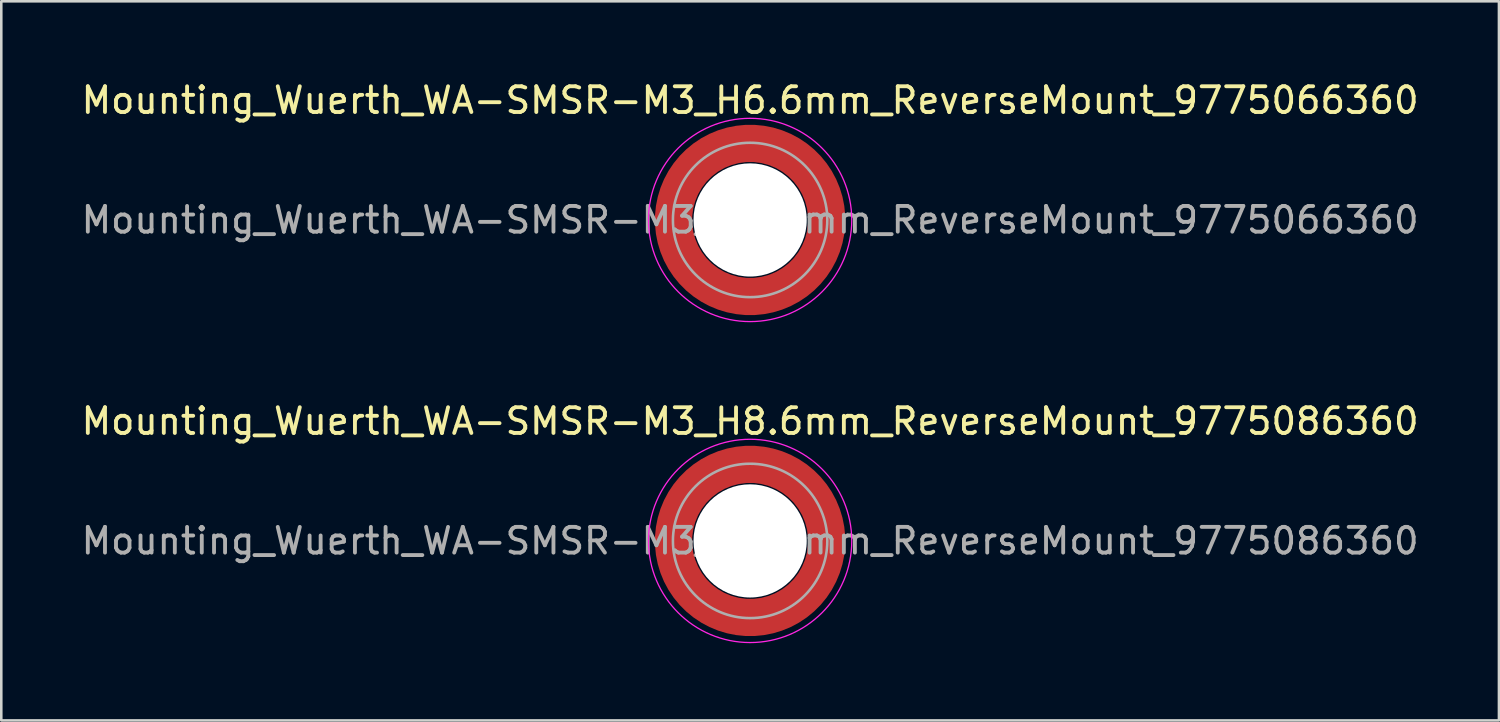
<source format=kicad_pcb>
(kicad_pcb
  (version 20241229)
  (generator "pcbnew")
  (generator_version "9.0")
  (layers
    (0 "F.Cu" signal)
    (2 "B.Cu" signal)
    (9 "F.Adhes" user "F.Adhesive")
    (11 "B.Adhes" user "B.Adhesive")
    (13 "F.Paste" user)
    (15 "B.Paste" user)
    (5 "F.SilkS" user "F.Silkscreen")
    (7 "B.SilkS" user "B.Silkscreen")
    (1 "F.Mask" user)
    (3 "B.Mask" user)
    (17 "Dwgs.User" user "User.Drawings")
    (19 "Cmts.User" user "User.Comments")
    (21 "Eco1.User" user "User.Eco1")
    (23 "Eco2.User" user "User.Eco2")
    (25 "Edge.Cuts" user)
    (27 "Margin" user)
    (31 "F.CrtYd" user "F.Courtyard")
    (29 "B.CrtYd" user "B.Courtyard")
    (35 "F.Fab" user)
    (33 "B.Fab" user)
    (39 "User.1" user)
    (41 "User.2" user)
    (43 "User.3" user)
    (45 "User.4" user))
  (footprint "Mounting_Wuerth_WA-SMSR-M3_H6.6mm_ReverseMount_9775066360"
    (layer "F.Cu")
    (at 26.101 5.498)
    (property "Reference" "Mounting_Wuerth_WA-SMSR-M3_H6.6mm_ReverseMount_9775066360" (at 0 -4.65 0) (layer "F.SilkS") (effects (font (size 1 1) (thickness 0.15))))
    (attr smd)
    (fp_circle (center 0 0) (end 3.95 0) (stroke (width 0.05) (type solid)) (fill no) (layer "F.CrtYd"))
    (fp_circle (center 0 0) (end 3 0) (stroke (width 0.1) (type solid)) (fill no) (layer "F.Fab"))
    (fp_text user "${REFERENCE}" (at 0 0 0) (layer "F.Fab") (effects (font (size 1 1) (thickness 0.15))))
    (pad "" smd custom (at -2.095 -2.095) (size 0.945 0.945) (layers "F.Paste") (options (anchor circle)) (primitives (gr_arc (start -0.24231 1.594804) (mid 0.404819 0.404819) (end 1.594804 -0.24231) (width 0.2)) (gr_arc (start -0.3398 1.594804) (mid 0.337349 0.337349) (end 1.594804 -0.3398) (width 0.2)) (gr_arc (start -0.437132 1.594804) (mid 0.269879 0.269879) (end 1.594804 -0.437132) (width 0.2)) (gr_arc (start -0.534324 1.594804) (mid 0.202409 0.202409) (end 1.594804 -0.534324) (width 0.2)) (gr_arc (start -0.631391 1.594804) (mid 0.134939 0.134939) (end 1.594804 -0.631391) (width 0.2)) (gr_arc (start -0.728345 1.594804) (mid 0.06747 0.06747) (end 1.594804 -0.728345) (width 0.2)) (gr_arc (start -0.825197 1.594804) (mid 0 0) (end 1.594804 -0.825197) (width 0.2)) (gr_arc (start -0.921958 1.594804) (mid -0.067469 -0.067469) (end 1.594804 -0.921958) (width 0.2)) (gr_arc (start -1.018637 1.594804) (mid -0.13494 -0.13494) (end 1.594804 -1.018637) (width 0.2)) (gr_arc (start -1.115239 1.594804) (mid -0.202409 -0.202409) (end 1.594804 -1.115239) (width 0.2)) (gr_arc (start -1.211773 1.594804) (mid -0.269879 -0.269879) (end 1.594804 -1.211773) (width 0.2)) (gr_arc (start -1.308244 1.594804) (mid -0.337349 -0.337349) (end 1.594804 -1.308244) (width 0.2)) (gr_arc (start -1.404657 1.594804) (mid -0.404819 -0.404819) (end 1.594804 -1.404657) (width 0.2)) (gr_arc (start -1.404657 1.594804) (mid -0.404819 -0.404819) (end 1.594804 -1.404657) (width 0.2)) (gr_line (start 1.595 -0.242) (end 1.595 -1.405) (width 0.2)) (gr_line (start -0.242 1.595) (end -1.405 1.595) (width 0.2))))
    (pad "" smd custom (at -2.095 2.095) (size 0.945 0.945) (layers "F.Paste") (options (anchor circle)) (primitives (gr_arc (start 1.594804 0.24231) (mid 0.404819 -0.404819) (end -0.24231 -1.594804) (width 0.2)) (gr_arc (start 1.594804 0.3398) (mid 0.337349 -0.337349) (end -0.3398 -1.594804) (width 0.2)) (gr_arc (start 1.594804 0.437132) (mid 0.269879 -0.269879) (end -0.437132 -1.594804) (width 0.2)) (gr_arc (start 1.594804 0.534324) (mid 0.202409 -0.202409) (end -0.534324 -1.594804) (width 0.2)) (gr_arc (start 1.594804 0.631391) (mid 0.134939 -0.134939) (end -0.631391 -1.594804) (width 0.2)) (gr_arc (start 1.594804 0.728345) (mid 0.06747 -0.06747) (end -0.728345 -1.594804) (width 0.2)) (gr_arc (start 1.594804 0.825197) (mid 0 0) (end -0.825197 -1.594804) (width 0.2)) (gr_arc (start 1.594804 0.921958) (mid -0.067469 0.067469) (end -0.921958 -1.594804) (width 0.2)) (gr_arc (start 1.594804 1.018637) (mid -0.13494 0.13494) (end -1.018637 -1.594804) (width 0.2)) (gr_arc (start 1.594804 1.115239) (mid -0.202409 0.202409) (end -1.115239 -1.594804) (width 0.2)) (gr_arc (start 1.594804 1.211773) (mid -0.269879 0.269879) (end -1.211773 -1.594804) (width 0.2)) (gr_arc (start 1.594804 1.308244) (mid -0.337349 0.337349) (end -1.308244 -1.594804) (width 0.2)) (gr_arc (start 1.594804 1.404657) (mid -0.404819 0.404819) (end -1.404657 -1.594804) (width 0.2)) (gr_arc (start 1.594804 1.404657) (mid -0.404819 0.404819) (end -1.404657 -1.594804) (width 0.2)) (gr_line (start -0.242 -1.595) (end -1.405 -1.595) (width 0.2)) (gr_line (start 1.595 0.242) (end 1.595 1.405) (width 0.2))))
    (pad "" np_thru_hole circle (at 0 0) (size 4.4 4.4) (drill 4.4) (layers "*.Cu" "*.Mask"))
    (pad "" smd custom (at 2.095 -2.095) (size 0.945 0.945) (layers "F.Paste") (options (anchor circle)) (primitives (gr_arc (start -1.594804 -0.24231) (mid -0.404819 0.404819) (end 0.24231 1.594804) (width 0.2)) (gr_arc (start -1.594804 -0.3398) (mid -0.337349 0.337349) (end 0.3398 1.594804) (width 0.2)) (gr_arc (start -1.594804 -0.437132) (mid -0.269879 0.269879) (end 0.437132 1.594804) (width 0.2)) (gr_arc (start -1.594804 -0.534324) (mid -0.202409 0.202409) (end 0.534324 1.594804) (width 0.2)) (gr_arc (start -1.594804 -0.631391) (mid -0.134939 0.134939) (end 0.631391 1.594804) (width 0.2)) (gr_arc (start -1.594804 -0.728345) (mid -0.06747 0.06747) (end 0.728345 1.594804) (width 0.2)) (gr_arc (start -1.594804 -0.825197) (mid 0 0) (end 0.825197 1.594804) (width 0.2)) (gr_arc (start -1.594804 -0.921958) (mid 0.067469 -0.067469) (end 0.921958 1.594804) (width 0.2)) (gr_arc (start -1.594804 -1.018637) (mid 0.13494 -0.13494) (end 1.018637 1.594804) (width 0.2)) (gr_arc (start -1.594804 -1.115239) (mid 0.202409 -0.202409) (end 1.115239 1.594804) (width 0.2)) (gr_arc (start -1.594804 -1.211773) (mid 0.269879 -0.269879) (end 1.211773 1.594804) (width 0.2)) (gr_arc (start -1.594804 -1.308244) (mid 0.337349 -0.337349) (end 1.308244 1.594804) (width 0.2)) (gr_arc (start -1.594804 -1.404657) (mid 0.404819 -0.404819) (end 1.404657 1.594804) (width 0.2)) (gr_arc (start -1.594804 -1.404657) (mid 0.404819 -0.404819) (end 1.404657 1.594804) (width 0.2)) (gr_line (start 0.242 1.595) (end 1.405 1.595) (width 0.2)) (gr_line (start -1.595 -0.242) (end -1.595 -1.405) (width 0.2))))
    (pad "" smd custom (at 2.095 2.095) (size 0.945 0.945) (layers "F.Paste") (options (anchor circle)) (primitives (gr_arc (start 0.24231 -1.594804) (mid -0.404819 -0.404819) (end -1.594804 0.24231) (width 0.2)) (gr_arc (start 0.3398 -1.594804) (mid -0.337349 -0.337349) (end -1.594804 0.3398) (width 0.2)) (gr_arc (start 0.437132 -1.594804) (mid -0.269879 -0.269879) (end -1.594804 0.437132) (width 0.2)) (gr_arc (start 0.534324 -1.594804) (mid -0.202409 -0.202409) (end -1.594804 0.534324) (width 0.2)) (gr_arc (start 0.631391 -1.594804) (mid -0.134939 -0.134939) (end -1.594804 0.631391) (width 0.2)) (gr_arc (start 0.728345 -1.594804) (mid -0.06747 -0.06747) (end -1.594804 0.728345) (width 0.2)) (gr_arc (start 0.825197 -1.594804) (mid 0 0) (end -1.594804 0.825197) (width 0.2)) (gr_arc (start 0.921958 -1.594804) (mid 0.067469 0.067469) (end -1.594804 0.921958) (width 0.2)) (gr_arc (start 1.018637 -1.594804) (mid 0.13494 0.13494) (end -1.594804 1.018637) (width 0.2)) (gr_arc (start 1.115239 -1.594804) (mid 0.202409 0.202409) (end -1.594804 1.115239) (width 0.2)) (gr_arc (start 1.211773 -1.594804) (mid 0.269879 0.269879) (end -1.594804 1.211773) (width 0.2)) (gr_arc (start 1.308244 -1.594804) (mid 0.337349 0.337349) (end -1.594804 1.308244) (width 0.2)) (gr_arc (start 1.404657 -1.594804) (mid 0.404819 0.404819) (end -1.594804 1.404657) (width 0.2)) (gr_arc (start 1.404657 -1.594804) (mid 0.404819 0.404819) (end -1.594804 1.404657) (width 0.2)) (gr_line (start -1.595 0.242) (end -1.595 1.405) (width 0.2)) (gr_line (start 0.242 -1.595) (end 1.405 -1.595) (width 0.2))))
    (pad "1" smd circle (at -2.975 0) (size 1.05 1.05) (layers "F.Cu"))
    (pad "1" smd circle (at 0 -2.975) (size 1.05 1.05) (layers "F.Cu"))
    (pad "1" smd circle (at 0 2.975) (size 1.05 1.05) (layers "F.Cu"))
    (pad "1" smd custom (at 2.975 0) (size 1.05 1.05) (layers "F.Cu" "F.Mask") (options (anchor circle)) (primitives (gr_circle (center -2.975 0) (end 0 0) (width 1.45) (fill no)))))
  (footprint "Mounting_Wuerth_WA-SMSR-M3_H8.6mm_ReverseMount_9775086360"
    (layer "F.Cu")
    (at 26.101 17.971)
    (property "Reference" "Mounting_Wuerth_WA-SMSR-M3_H8.6mm_ReverseMount_9775086360" (at 0 -4.65 0) (layer "F.SilkS") (effects (font (size 1 1) (thickness 0.15))))
    (attr smd)
    (fp_circle (center 0 0) (end 3.95 0) (stroke (width 0.05) (type solid)) (fill no) (layer "F.CrtYd"))
    (fp_circle (center 0 0) (end 3 0) (stroke (width 0.1) (type solid)) (fill no) (layer "F.Fab"))
    (fp_text user "${REFERENCE}" (at 0 0 0) (layer "F.Fab") (effects (font (size 1 1) (thickness 0.15))))
    (pad "" smd custom (at -2.095 -2.095) (size 0.945 0.945) (layers "F.Paste") (options (anchor circle)) (primitives (gr_arc (start -0.24231 1.594804) (mid 0.404819 0.404819) (end 1.594804 -0.24231) (width 0.2)) (gr_arc (start -0.3398 1.594804) (mid 0.337349 0.337349) (end 1.594804 -0.3398) (width 0.2)) (gr_arc (start -0.437132 1.594804) (mid 0.269879 0.269879) (end 1.594804 -0.437132) (width 0.2)) (gr_arc (start -0.534324 1.594804) (mid 0.202409 0.202409) (end 1.594804 -0.534324) (width 0.2)) (gr_arc (start -0.631391 1.594804) (mid 0.134939 0.134939) (end 1.594804 -0.631391) (width 0.2)) (gr_arc (start -0.728345 1.594804) (mid 0.06747 0.06747) (end 1.594804 -0.728345) (width 0.2)) (gr_arc (start -0.825197 1.594804) (mid 0 0) (end 1.594804 -0.825197) (width 0.2)) (gr_arc (start -0.921958 1.594804) (mid -0.067469 -0.067469) (end 1.594804 -0.921958) (width 0.2)) (gr_arc (start -1.018637 1.594804) (mid -0.13494 -0.13494) (end 1.594804 -1.018637) (width 0.2)) (gr_arc (start -1.115239 1.594804) (mid -0.202409 -0.202409) (end 1.594804 -1.115239) (width 0.2)) (gr_arc (start -1.211773 1.594804) (mid -0.269879 -0.269879) (end 1.594804 -1.211773) (width 0.2)) (gr_arc (start -1.308244 1.594804) (mid -0.337349 -0.337349) (end 1.594804 -1.308244) (width 0.2)) (gr_arc (start -1.404657 1.594804) (mid -0.404819 -0.404819) (end 1.594804 -1.404657) (width 0.2)) (gr_arc (start -1.404657 1.594804) (mid -0.404819 -0.404819) (end 1.594804 -1.404657) (width 0.2)) (gr_line (start 1.595 -0.242) (end 1.595 -1.405) (width 0.2)) (gr_line (start -0.242 1.595) (end -1.405 1.595) (width 0.2))))
    (pad "" smd custom (at -2.095 2.095) (size 0.945 0.945) (layers "F.Paste") (options (anchor circle)) (primitives (gr_arc (start 1.594804 0.24231) (mid 0.404819 -0.404819) (end -0.24231 -1.594804) (width 0.2)) (gr_arc (start 1.594804 0.3398) (mid 0.337349 -0.337349) (end -0.3398 -1.594804) (width 0.2)) (gr_arc (start 1.594804 0.437132) (mid 0.269879 -0.269879) (end -0.437132 -1.594804) (width 0.2)) (gr_arc (start 1.594804 0.534324) (mid 0.202409 -0.202409) (end -0.534324 -1.594804) (width 0.2)) (gr_arc (start 1.594804 0.631391) (mid 0.134939 -0.134939) (end -0.631391 -1.594804) (width 0.2)) (gr_arc (start 1.594804 0.728345) (mid 0.06747 -0.06747) (end -0.728345 -1.594804) (width 0.2)) (gr_arc (start 1.594804 0.825197) (mid 0 0) (end -0.825197 -1.594804) (width 0.2)) (gr_arc (start 1.594804 0.921958) (mid -0.067469 0.067469) (end -0.921958 -1.594804) (width 0.2)) (gr_arc (start 1.594804 1.018637) (mid -0.13494 0.13494) (end -1.018637 -1.594804) (width 0.2)) (gr_arc (start 1.594804 1.115239) (mid -0.202409 0.202409) (end -1.115239 -1.594804) (width 0.2)) (gr_arc (start 1.594804 1.211773) (mid -0.269879 0.269879) (end -1.211773 -1.594804) (width 0.2)) (gr_arc (start 1.594804 1.308244) (mid -0.337349 0.337349) (end -1.308244 -1.594804) (width 0.2)) (gr_arc (start 1.594804 1.404657) (mid -0.404819 0.404819) (end -1.404657 -1.594804) (width 0.2)) (gr_arc (start 1.594804 1.404657) (mid -0.404819 0.404819) (end -1.404657 -1.594804) (width 0.2)) (gr_line (start -0.242 -1.595) (end -1.405 -1.595) (width 0.2)) (gr_line (start 1.595 0.242) (end 1.595 1.405) (width 0.2))))
    (pad "" np_thru_hole circle (at 0 0) (size 4.4 4.4) (drill 4.4) (layers "*.Cu" "*.Mask"))
    (pad "" smd custom (at 2.095 -2.095) (size 0.945 0.945) (layers "F.Paste") (options (anchor circle)) (primitives (gr_arc (start -1.594804 -0.24231) (mid -0.404819 0.404819) (end 0.24231 1.594804) (width 0.2)) (gr_arc (start -1.594804 -0.3398) (mid -0.337349 0.337349) (end 0.3398 1.594804) (width 0.2)) (gr_arc (start -1.594804 -0.437132) (mid -0.269879 0.269879) (end 0.437132 1.594804) (width 0.2)) (gr_arc (start -1.594804 -0.534324) (mid -0.202409 0.202409) (end 0.534324 1.594804) (width 0.2)) (gr_arc (start -1.594804 -0.631391) (mid -0.134939 0.134939) (end 0.631391 1.594804) (width 0.2)) (gr_arc (start -1.594804 -0.728345) (mid -0.06747 0.06747) (end 0.728345 1.594804) (width 0.2)) (gr_arc (start -1.594804 -0.825197) (mid 0 0) (end 0.825197 1.594804) (width 0.2)) (gr_arc (start -1.594804 -0.921958) (mid 0.067469 -0.067469) (end 0.921958 1.594804) (width 0.2)) (gr_arc (start -1.594804 -1.018637) (mid 0.13494 -0.13494) (end 1.018637 1.594804) (width 0.2)) (gr_arc (start -1.594804 -1.115239) (mid 0.202409 -0.202409) (end 1.115239 1.594804) (width 0.2)) (gr_arc (start -1.594804 -1.211773) (mid 0.269879 -0.269879) (end 1.211773 1.594804) (width 0.2)) (gr_arc (start -1.594804 -1.308244) (mid 0.337349 -0.337349) (end 1.308244 1.594804) (width 0.2)) (gr_arc (start -1.594804 -1.404657) (mid 0.404819 -0.404819) (end 1.404657 1.594804) (width 0.2)) (gr_arc (start -1.594804 -1.404657) (mid 0.404819 -0.404819) (end 1.404657 1.594804) (width 0.2)) (gr_line (start 0.242 1.595) (end 1.405 1.595) (width 0.2)) (gr_line (start -1.595 -0.242) (end -1.595 -1.405) (width 0.2))))
    (pad "" smd custom (at 2.095 2.095) (size 0.945 0.945) (layers "F.Paste") (options (anchor circle)) (primitives (gr_arc (start 0.24231 -1.594804) (mid -0.404819 -0.404819) (end -1.594804 0.24231) (width 0.2)) (gr_arc (start 0.3398 -1.594804) (mid -0.337349 -0.337349) (end -1.594804 0.3398) (width 0.2)) (gr_arc (start 0.437132 -1.594804) (mid -0.269879 -0.269879) (end -1.594804 0.437132) (width 0.2)) (gr_arc (start 0.534324 -1.594804) (mid -0.202409 -0.202409) (end -1.594804 0.534324) (width 0.2)) (gr_arc (start 0.631391 -1.594804) (mid -0.134939 -0.134939) (end -1.594804 0.631391) (width 0.2)) (gr_arc (start 0.728345 -1.594804) (mid -0.06747 -0.06747) (end -1.594804 0.728345) (width 0.2)) (gr_arc (start 0.825197 -1.594804) (mid 0 0) (end -1.594804 0.825197) (width 0.2)) (gr_arc (start 0.921958 -1.594804) (mid 0.067469 0.067469) (end -1.594804 0.921958) (width 0.2)) (gr_arc (start 1.018637 -1.594804) (mid 0.13494 0.13494) (end -1.594804 1.018637) (width 0.2)) (gr_arc (start 1.115239 -1.594804) (mid 0.202409 0.202409) (end -1.594804 1.115239) (width 0.2)) (gr_arc (start 1.211773 -1.594804) (mid 0.269879 0.269879) (end -1.594804 1.211773) (width 0.2)) (gr_arc (start 1.308244 -1.594804) (mid 0.337349 0.337349) (end -1.594804 1.308244) (width 0.2)) (gr_arc (start 1.404657 -1.594804) (mid 0.404819 0.404819) (end -1.594804 1.404657) (width 0.2)) (gr_arc (start 1.404657 -1.594804) (mid 0.404819 0.404819) (end -1.594804 1.404657) (width 0.2)) (gr_line (start -1.595 0.242) (end -1.595 1.405) (width 0.2)) (gr_line (start 0.242 -1.595) (end 1.405 -1.595) (width 0.2))))
    (pad "1" smd circle (at -2.975 0) (size 1.05 1.05) (layers "F.Cu"))
    (pad "1" smd circle (at 0 -2.975) (size 1.05 1.05) (layers "F.Cu"))
    (pad "1" smd circle (at 0 2.975) (size 1.05 1.05) (layers "F.Cu"))
    (pad "1" smd custom (at 2.975 0) (size 1.05 1.05) (layers "F.Cu" "F.Mask") (options (anchor circle)) (primitives (gr_circle (center -2.975 0) (end 0 0) (width 1.45) (fill no)))))
  (gr_rect
    (start -3 -3)
    (end 55.202 24.947)
    (stroke (width 0.1) (type default))
    (fill no)
    (layer "Edge.Cuts")))
</source>
